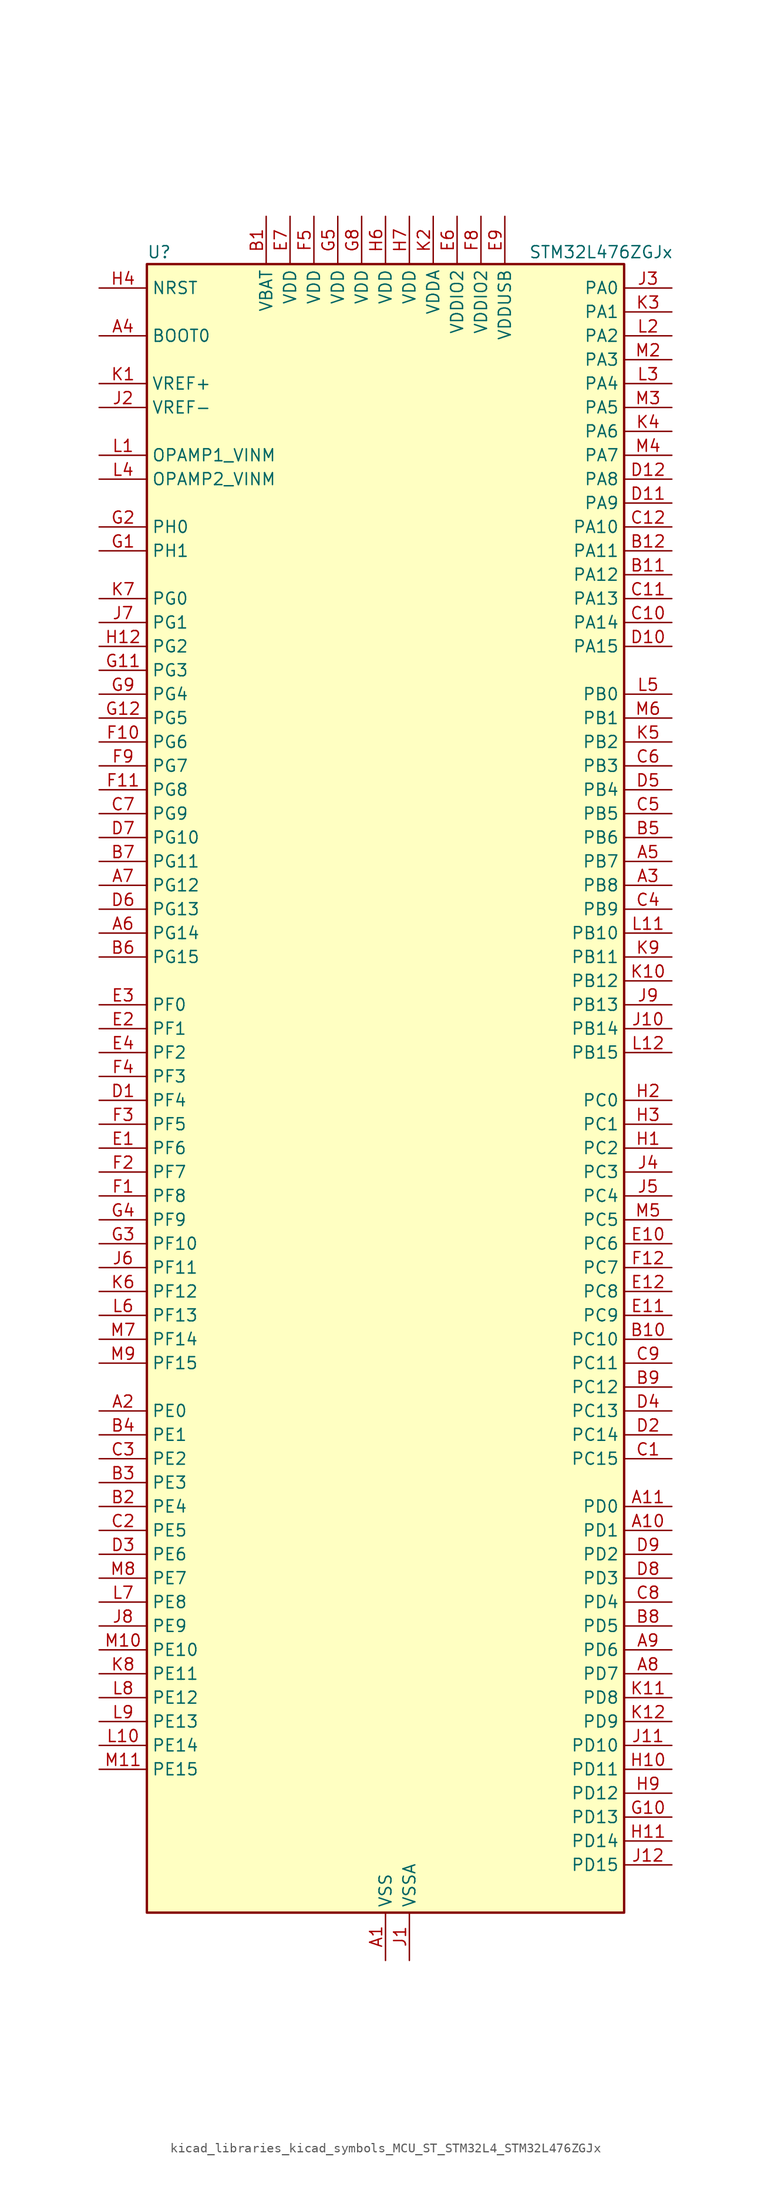
<source format=kicad_sym>
(kicad_symbol_lib
  (version 20220914)
  (generator kicad_symbol_editor)
  (symbol "kicad_libraries_kicad_symbols_MCU_ST_STM32L4_STM32L476ZGJx"
    (property "Reference" "U"
      (at -25.4 90.17 0)
      (effects (font (size 1.27 1.27)) (justify left)))
    (property "Value" "STM32L476ZGJx"
      (at 15.24 90.17 0)
      (effects (font (size 1.27 1.27)) (justify left)))
    (property "ki_locked" ""
      (at 0 0 0)
      (effects (font (size 1.27 1.27))))
    (symbol "kicad_libraries_kicad_symbols_MCU_ST_STM32L4_STM32L476ZGJx_0_1"
      (rectangle (start -25.4 -86.36) (end 25.4 88.9) (stroke (width 0.254) (type default)) (fill (type background))))
    (symbol "kicad_libraries_kicad_symbols_MCU_ST_STM32L4_STM32L476ZGJx_1_1"
      (pin power_in line (at 0 -91.44 90) (length 5.08) (name "VSS" (effects (font (size 1.27 1.27)))) (number "A1" (effects (font (size 1.27 1.27)))))
      (pin bidirectional line (at 30.48 -45.72 180) (length 5.08) (name "PD1" (effects (font (size 1.27 1.27)))) (number "A10" (effects (font (size 1.27 1.27)))) (alternate "CAN1_TX" bidirectional line) (alternate "DFSDM1_CKIN7" bidirectional line) (alternate "FMC_D3" bidirectional line) (alternate "FMC_DA3" bidirectional line) (alternate "SPI2_SCK" bidirectional line))
      (pin bidirectional line (at 30.48 -43.18 180) (length 5.08) (name "PD0" (effects (font (size 1.27 1.27)))) (number "A11" (effects (font (size 1.27 1.27)))) (alternate "CAN1_RX" bidirectional line) (alternate "DFSDM1_DATIN7" bidirectional line) (alternate "FMC_D2" bidirectional line) (alternate "FMC_DA2" bidirectional line) (alternate "SPI2_NSS" bidirectional line))
      (pin passive line (at 0 -91.44 90) (length 5.08) hide (name "VSS" (effects (font (size 1.27 1.27)))) (number "A12" (effects (font (size 1.27 1.27)))))
      (pin bidirectional line (at -30.48 -33.02 0) (length 5.08) (name "PE0" (effects (font (size 1.27 1.27)))) (number "A2" (effects (font (size 1.27 1.27)))) (alternate "FMC_NBL0" bidirectional line) (alternate "LCD_SEG36" bidirectional line) (alternate "TIM16_CH1" bidirectional line) (alternate "TIM4_ETR" bidirectional line))
      (pin bidirectional line (at 30.48 22.86 180) (length 5.08) (name "PB8" (effects (font (size 1.27 1.27)))) (number "A3" (effects (font (size 1.27 1.27)))) (alternate "CAN1_RX" bidirectional line) (alternate "DFSDM1_DATIN6" bidirectional line) (alternate "I2C1_SCL" bidirectional line) (alternate "LCD_SEG16" bidirectional line) (alternate "SAI1_MCLK_A" bidirectional line) (alternate "SDMMC1_D4" bidirectional line) (alternate "TIM16_CH1" bidirectional line) (alternate "TIM4_CH3" bidirectional line))
      (pin input line (at -30.48 81.28 0) (length 5.08) (name "BOOT0" (effects (font (size 1.27 1.27)))) (number "A4" (effects (font (size 1.27 1.27)))))
      (pin bidirectional line (at 30.48 25.4 180) (length 5.08) (name "PB7" (effects (font (size 1.27 1.27)))) (number "A5" (effects (font (size 1.27 1.27)))) (alternate "COMP2_INM" bidirectional line) (alternate "DFSDM1_CKIN5" bidirectional line) (alternate "FMC_NL" bidirectional line) (alternate "I2C1_SDA" bidirectional line) (alternate "LCD_SEG21" bidirectional line) (alternate "LPTIM1_IN2" bidirectional line) (alternate "SYS_PVD_IN" bidirectional line) (alternate "TIM17_CH1N" bidirectional line) (alternate "TIM4_CH2" bidirectional line) (alternate "TIM8_BKIN" bidirectional line) (alternate "TIM8_BKIN_COMP1" bidirectional line) (alternate "TSC_G2_IO4" bidirectional line) (alternate "UART4_CTS" bidirectional line) (alternate "USART1_RX" bidirectional line))
      (pin bidirectional line (at -30.48 17.78 0) (length 5.08) (name "PG14" (effects (font (size 1.27 1.27)))) (number "A6" (effects (font (size 1.27 1.27)))) (alternate "FMC_A25" bidirectional line) (alternate "I2C1_SCL" bidirectional line))
      (pin bidirectional line (at -30.48 22.86 0) (length 5.08) (name "PG12" (effects (font (size 1.27 1.27)))) (number "A7" (effects (font (size 1.27 1.27)))) (alternate "FMC_NE4" bidirectional line) (alternate "LPTIM1_ETR" bidirectional line) (alternate "SAI2_SD_A" bidirectional line) (alternate "SPI3_NSS" bidirectional line) (alternate "USART1_DE" bidirectional line) (alternate "USART1_RTS" bidirectional line))
      (pin bidirectional line (at 30.48 -60.96 180) (length 5.08) (name "PD7" (effects (font (size 1.27 1.27)))) (number "A8" (effects (font (size 1.27 1.27)))) (alternate "DFSDM1_CKIN1" bidirectional line) (alternate "FMC_NE1" bidirectional line) (alternate "USART2_CK" bidirectional line))
      (pin bidirectional line (at 30.48 -58.42 180) (length 5.08) (name "PD6" (effects (font (size 1.27 1.27)))) (number "A9" (effects (font (size 1.27 1.27)))) (alternate "DFSDM1_DATIN1" bidirectional line) (alternate "FMC_NWAIT" bidirectional line) (alternate "SAI1_SD_A" bidirectional line) (alternate "USART2_RX" bidirectional line))
      (pin power_in line (at -12.7 93.98 270) (length 5.08) (name "VBAT" (effects (font (size 1.27 1.27)))) (number "B1" (effects (font (size 1.27 1.27)))))
      (pin bidirectional line (at 30.48 -25.4 180) (length 5.08) (name "PC10" (effects (font (size 1.27 1.27)))) (number "B10" (effects (font (size 1.27 1.27)))) (alternate "LCD_COM4" bidirectional line) (alternate "LCD_SEG28" bidirectional line) (alternate "LCD_SEG40" bidirectional line) (alternate "SAI2_SCK_B" bidirectional line) (alternate "SDMMC1_D2" bidirectional line) (alternate "SPI3_SCK" bidirectional line) (alternate "TSC_G3_IO2" bidirectional line) (alternate "UART4_TX" bidirectional line) (alternate "USART3_TX" bidirectional line))
      (pin bidirectional line (at 30.48 55.88 180) (length 5.08) (name "PA12" (effects (font (size 1.27 1.27)))) (number "B11" (effects (font (size 1.27 1.27)))) (alternate "CAN1_TX" bidirectional line) (alternate "TIM1_ETR" bidirectional line) (alternate "USART1_DE" bidirectional line) (alternate "USART1_RTS" bidirectional line) (alternate "USB_OTG_FS_DP" bidirectional line))
      (pin bidirectional line (at 30.48 58.42 180) (length 5.08) (name "PA11" (effects (font (size 1.27 1.27)))) (number "B12" (effects (font (size 1.27 1.27)))) (alternate "ADC1_EXTI11" bidirectional line) (alternate "ADC2_EXTI11" bidirectional line) (alternate "ADC3_EXTI11" bidirectional line) (alternate "CAN1_RX" bidirectional line) (alternate "TIM1_BKIN2" bidirectional line) (alternate "TIM1_BKIN2_COMP1" bidirectional line) (alternate "TIM1_CH4" bidirectional line) (alternate "USART1_CTS" bidirectional line) (alternate "USB_OTG_FS_DM" bidirectional line))
      (pin bidirectional line (at -30.48 -43.18 0) (length 5.08) (name "PE4" (effects (font (size 1.27 1.27)))) (number "B2" (effects (font (size 1.27 1.27)))) (alternate "DFSDM1_DATIN3" bidirectional line) (alternate "FMC_A20" bidirectional line) (alternate "SAI1_FS_A" bidirectional line) (alternate "SYS_TRACED1" bidirectional line) (alternate "TIM3_CH2" bidirectional line) (alternate "TSC_G7_IO3" bidirectional line))
      (pin bidirectional line (at -30.48 -40.64 0) (length 5.08) (name "PE3" (effects (font (size 1.27 1.27)))) (number "B3" (effects (font (size 1.27 1.27)))) (alternate "FMC_A19" bidirectional line) (alternate "LCD_SEG39" bidirectional line) (alternate "SAI1_SD_B" bidirectional line) (alternate "SYS_TRACED0" bidirectional line) (alternate "TIM3_CH1" bidirectional line) (alternate "TSC_G7_IO2" bidirectional line))
      (pin bidirectional line (at -30.48 -35.56 0) (length 5.08) (name "PE1" (effects (font (size 1.27 1.27)))) (number "B4" (effects (font (size 1.27 1.27)))) (alternate "FMC_NBL1" bidirectional line) (alternate "LCD_SEG37" bidirectional line) (alternate "TIM17_CH1" bidirectional line))
      (pin bidirectional line (at 30.48 27.94 180) (length 5.08) (name "PB6" (effects (font (size 1.27 1.27)))) (number "B5" (effects (font (size 1.27 1.27)))) (alternate "COMP2_INP" bidirectional line) (alternate "DFSDM1_DATIN5" bidirectional line) (alternate "I2C1_SCL" bidirectional line) (alternate "LPTIM1_ETR" bidirectional line) (alternate "SAI1_FS_B" bidirectional line) (alternate "TIM16_CH1N" bidirectional line) (alternate "TIM4_CH1" bidirectional line) (alternate "TIM8_BKIN2" bidirectional line) (alternate "TIM8_BKIN2_COMP2" bidirectional line) (alternate "TSC_G2_IO3" bidirectional line) (alternate "USART1_TX" bidirectional line))
      (pin bidirectional line (at -30.48 15.24 0) (length 5.08) (name "PG15" (effects (font (size 1.27 1.27)))) (number "B6" (effects (font (size 1.27 1.27)))) (alternate "ADC1_EXTI15" bidirectional line) (alternate "ADC2_EXTI15" bidirectional line) (alternate "ADC3_EXTI15" bidirectional line) (alternate "I2C1_SMBA" bidirectional line) (alternate "LPTIM1_OUT" bidirectional line))
      (pin bidirectional line (at -30.48 25.4 0) (length 5.08) (name "PG11" (effects (font (size 1.27 1.27)))) (number "B7" (effects (font (size 1.27 1.27)))) (alternate "ADC1_EXTI11" bidirectional line) (alternate "ADC2_EXTI11" bidirectional line) (alternate "ADC3_EXTI11" bidirectional line) (alternate "LPTIM1_IN2" bidirectional line) (alternate "SAI2_MCLK_A" bidirectional line) (alternate "SPI3_MOSI" bidirectional line) (alternate "TIM15_CH2" bidirectional line) (alternate "USART1_CTS" bidirectional line))
      (pin bidirectional line (at 30.48 -55.88 180) (length 5.08) (name "PD5" (effects (font (size 1.27 1.27)))) (number "B8" (effects (font (size 1.27 1.27)))) (alternate "FMC_NWE" bidirectional line) (alternate "USART2_TX" bidirectional line))
      (pin bidirectional line (at 30.48 -30.48 180) (length 5.08) (name "PC12" (effects (font (size 1.27 1.27)))) (number "B9" (effects (font (size 1.27 1.27)))) (alternate "LCD_COM6" bidirectional line) (alternate "LCD_SEG30" bidirectional line) (alternate "LCD_SEG42" bidirectional line) (alternate "SAI2_SD_B" bidirectional line) (alternate "SDMMC1_CK" bidirectional line) (alternate "SPI3_MOSI" bidirectional line) (alternate "TSC_G3_IO4" bidirectional line) (alternate "UART5_TX" bidirectional line) (alternate "USART3_CK" bidirectional line))
      (pin bidirectional line (at 30.48 -38.1 180) (length 5.08) (name "PC15" (effects (font (size 1.27 1.27)))) (number "C1" (effects (font (size 1.27 1.27)))) (alternate "ADC1_EXTI15" bidirectional line) (alternate "ADC2_EXTI15" bidirectional line) (alternate "ADC3_EXTI15" bidirectional line) (alternate "RCC_OSC32_OUT" bidirectional line))
      (pin bidirectional line (at 30.48 50.8 180) (length 5.08) (name "PA14" (effects (font (size 1.27 1.27)))) (number "C10" (effects (font (size 1.27 1.27)))) (alternate "SYS_JTCK-SWCLK" bidirectional line))
      (pin bidirectional line (at 30.48 53.34 180) (length 5.08) (name "PA13" (effects (font (size 1.27 1.27)))) (number "C11" (effects (font (size 1.27 1.27)))) (alternate "IR_OUT" bidirectional line) (alternate "SYS_JTMS-SWDIO" bidirectional line) (alternate "USB_OTG_FS_NOE" bidirectional line))
      (pin bidirectional line (at 30.48 60.96 180) (length 5.08) (name "PA10" (effects (font (size 1.27 1.27)))) (number "C12" (effects (font (size 1.27 1.27)))) (alternate "LCD_COM2" bidirectional line) (alternate "TIM17_BKIN" bidirectional line) (alternate "TIM1_CH3" bidirectional line) (alternate "USART1_RX" bidirectional line) (alternate "USB_OTG_FS_ID" bidirectional line))
      (pin bidirectional line (at -30.48 -45.72 0) (length 5.08) (name "PE5" (effects (font (size 1.27 1.27)))) (number "C2" (effects (font (size 1.27 1.27)))) (alternate "DFSDM1_CKIN3" bidirectional line) (alternate "FMC_A21" bidirectional line) (alternate "SAI1_SCK_A" bidirectional line) (alternate "SYS_TRACED2" bidirectional line) (alternate "TIM3_CH3" bidirectional line) (alternate "TSC_G7_IO4" bidirectional line))
      (pin bidirectional line (at -30.48 -38.1 0) (length 5.08) (name "PE2" (effects (font (size 1.27 1.27)))) (number "C3" (effects (font (size 1.27 1.27)))) (alternate "FMC_A23" bidirectional line) (alternate "LCD_SEG38" bidirectional line) (alternate "SAI1_MCLK_A" bidirectional line) (alternate "SYS_TRACECLK" bidirectional line) (alternate "TIM3_ETR" bidirectional line) (alternate "TSC_G7_IO1" bidirectional line))
      (pin bidirectional line (at 30.48 20.32 180) (length 5.08) (name "PB9" (effects (font (size 1.27 1.27)))) (number "C4" (effects (font (size 1.27 1.27)))) (alternate "CAN1_TX" bidirectional line) (alternate "DAC1_EXTI9" bidirectional line) (alternate "DFSDM1_CKIN6" bidirectional line) (alternate "I2C1_SDA" bidirectional line) (alternate "IR_OUT" bidirectional line) (alternate "LCD_COM3" bidirectional line) (alternate "SAI1_FS_A" bidirectional line) (alternate "SDMMC1_D5" bidirectional line) (alternate "SPI2_NSS" bidirectional line) (alternate "TIM17_CH1" bidirectional line) (alternate "TIM4_CH4" bidirectional line))
      (pin bidirectional line (at 30.48 30.48 180) (length 5.08) (name "PB5" (effects (font (size 1.27 1.27)))) (number "C5" (effects (font (size 1.27 1.27)))) (alternate "COMP2_OUT" bidirectional line) (alternate "I2C1_SMBA" bidirectional line) (alternate "LCD_SEG9" bidirectional line) (alternate "LPTIM1_IN1" bidirectional line) (alternate "SAI1_SD_B" bidirectional line) (alternate "SPI1_MOSI" bidirectional line) (alternate "SPI3_MOSI" bidirectional line) (alternate "TIM16_BKIN" bidirectional line) (alternate "TIM3_CH2" bidirectional line) (alternate "TSC_G2_IO2" bidirectional line) (alternate "UART5_CTS" bidirectional line) (alternate "USART1_CK" bidirectional line))
      (pin bidirectional line (at 30.48 35.56 180) (length 5.08) (name "PB3" (effects (font (size 1.27 1.27)))) (number "C6" (effects (font (size 1.27 1.27)))) (alternate "COMP2_INM" bidirectional line) (alternate "LCD_SEG7" bidirectional line) (alternate "SAI1_SCK_B" bidirectional line) (alternate "SPI1_SCK" bidirectional line) (alternate "SPI3_SCK" bidirectional line) (alternate "SYS_JTDO-SWO" bidirectional line) (alternate "TIM2_CH2" bidirectional line) (alternate "USART1_DE" bidirectional line) (alternate "USART1_RTS" bidirectional line))
      (pin bidirectional line (at -30.48 30.48 0) (length 5.08) (name "PG9" (effects (font (size 1.27 1.27)))) (number "C7" (effects (font (size 1.27 1.27)))) (alternate "DAC1_EXTI9" bidirectional line) (alternate "FMC_NCE3" bidirectional line) (alternate "FMC_NE2" bidirectional line) (alternate "SAI2_SCK_A" bidirectional line) (alternate "SPI3_SCK" bidirectional line) (alternate "TIM15_CH1N" bidirectional line) (alternate "USART1_TX" bidirectional line))
      (pin bidirectional line (at 30.48 -53.34 180) (length 5.08) (name "PD4" (effects (font (size 1.27 1.27)))) (number "C8" (effects (font (size 1.27 1.27)))) (alternate "DFSDM1_CKIN0" bidirectional line) (alternate "FMC_NOE" bidirectional line) (alternate "SPI2_MOSI" bidirectional line) (alternate "USART2_DE" bidirectional line) (alternate "USART2_RTS" bidirectional line))
      (pin bidirectional line (at 30.48 -27.94 180) (length 5.08) (name "PC11" (effects (font (size 1.27 1.27)))) (number "C9" (effects (font (size 1.27 1.27)))) (alternate "ADC1_EXTI11" bidirectional line) (alternate "ADC2_EXTI11" bidirectional line) (alternate "ADC3_EXTI11" bidirectional line) (alternate "LCD_COM5" bidirectional line) (alternate "LCD_SEG29" bidirectional line) (alternate "LCD_SEG41" bidirectional line) (alternate "SAI2_MCLK_B" bidirectional line) (alternate "SDMMC1_D3" bidirectional line) (alternate "SPI3_MISO" bidirectional line) (alternate "TSC_G3_IO3" bidirectional line) (alternate "UART4_RX" bidirectional line) (alternate "USART3_RX" bidirectional line))
      (pin bidirectional line (at -30.48 0 0) (length 5.08) (name "PF4" (effects (font (size 1.27 1.27)))) (number "D1" (effects (font (size 1.27 1.27)))) (alternate "ADC3_IN7" bidirectional line) (alternate "FMC_A4" bidirectional line))
      (pin bidirectional line (at 30.48 48.26 180) (length 5.08) (name "PA15" (effects (font (size 1.27 1.27)))) (number "D10" (effects (font (size 1.27 1.27)))) (alternate "ADC1_EXTI15" bidirectional line) (alternate "ADC2_EXTI15" bidirectional line) (alternate "ADC3_EXTI15" bidirectional line) (alternate "LCD_SEG17" bidirectional line) (alternate "SAI2_FS_B" bidirectional line) (alternate "SPI1_NSS" bidirectional line) (alternate "SPI3_NSS" bidirectional line) (alternate "SYS_JTDI" bidirectional line) (alternate "TIM2_CH1" bidirectional line) (alternate "TIM2_ETR" bidirectional line) (alternate "TSC_G3_IO1" bidirectional line) (alternate "UART4_DE" bidirectional line) (alternate "UART4_RTS" bidirectional line))
      (pin bidirectional line (at 30.48 63.5 180) (length 5.08) (name "PA9" (effects (font (size 1.27 1.27)))) (number "D11" (effects (font (size 1.27 1.27)))) (alternate "DAC1_EXTI9" bidirectional line) (alternate "LCD_COM1" bidirectional line) (alternate "TIM15_BKIN" bidirectional line) (alternate "TIM1_CH2" bidirectional line) (alternate "USART1_TX" bidirectional line) (alternate "USB_OTG_FS_VBUS" bidirectional line))
      (pin bidirectional line (at 30.48 66.04 180) (length 5.08) (name "PA8" (effects (font (size 1.27 1.27)))) (number "D12" (effects (font (size 1.27 1.27)))) (alternate "LCD_COM0" bidirectional line) (alternate "LPTIM2_OUT" bidirectional line) (alternate "RCC_MCO" bidirectional line) (alternate "TIM1_CH1" bidirectional line) (alternate "USART1_CK" bidirectional line) (alternate "USB_OTG_FS_SOF" bidirectional line))
      (pin bidirectional line (at 30.48 -35.56 180) (length 5.08) (name "PC14" (effects (font (size 1.27 1.27)))) (number "D2" (effects (font (size 1.27 1.27)))) (alternate "RCC_OSC32_IN" bidirectional line))
      (pin bidirectional line (at -30.48 -48.26 0) (length 5.08) (name "PE6" (effects (font (size 1.27 1.27)))) (number "D3" (effects (font (size 1.27 1.27)))) (alternate "FMC_A22" bidirectional line) (alternate "RTC_TAMP3" bidirectional line) (alternate "SAI1_SD_A" bidirectional line) (alternate "SYS_TRACED3" bidirectional line) (alternate "SYS_WKUP3" bidirectional line) (alternate "TIM3_CH4" bidirectional line))
      (pin bidirectional line (at 30.48 -33.02 180) (length 5.08) (name "PC13" (effects (font (size 1.27 1.27)))) (number "D4" (effects (font (size 1.27 1.27)))) (alternate "RTC_OUT_ALARM" bidirectional line) (alternate "RTC_OUT_CALIB" bidirectional line) (alternate "RTC_TAMP1" bidirectional line) (alternate "RTC_TS" bidirectional line) (alternate "SYS_WKUP2" bidirectional line))
      (pin bidirectional line (at 30.48 33.02 180) (length 5.08) (name "PB4" (effects (font (size 1.27 1.27)))) (number "D5" (effects (font (size 1.27 1.27)))) (alternate "COMP2_INP" bidirectional line) (alternate "LCD_SEG8" bidirectional line) (alternate "SAI1_MCLK_B" bidirectional line) (alternate "SPI1_MISO" bidirectional line) (alternate "SPI3_MISO" bidirectional line) (alternate "SYS_JTRST" bidirectional line) (alternate "TIM17_BKIN" bidirectional line) (alternate "TIM3_CH1" bidirectional line) (alternate "TSC_G2_IO1" bidirectional line) (alternate "UART5_DE" bidirectional line) (alternate "UART5_RTS" bidirectional line) (alternate "USART1_CTS" bidirectional line))
      (pin bidirectional line (at -30.48 20.32 0) (length 5.08) (name "PG13" (effects (font (size 1.27 1.27)))) (number "D6" (effects (font (size 1.27 1.27)))) (alternate "FMC_A24" bidirectional line) (alternate "I2C1_SDA" bidirectional line) (alternate "USART1_CK" bidirectional line))
      (pin bidirectional line (at -30.48 27.94 0) (length 5.08) (name "PG10" (effects (font (size 1.27 1.27)))) (number "D7" (effects (font (size 1.27 1.27)))) (alternate "FMC_NE3" bidirectional line) (alternate "LPTIM1_IN1" bidirectional line) (alternate "SAI2_FS_A" bidirectional line) (alternate "SPI3_MISO" bidirectional line) (alternate "TIM15_CH1" bidirectional line) (alternate "USART1_RX" bidirectional line))
      (pin bidirectional line (at 30.48 -50.8 180) (length 5.08) (name "PD3" (effects (font (size 1.27 1.27)))) (number "D8" (effects (font (size 1.27 1.27)))) (alternate "DFSDM1_DATIN0" bidirectional line) (alternate "FMC_CLK" bidirectional line) (alternate "SPI2_MISO" bidirectional line) (alternate "USART2_CTS" bidirectional line))
      (pin bidirectional line (at 30.48 -48.26 180) (length 5.08) (name "PD2" (effects (font (size 1.27 1.27)))) (number "D9" (effects (font (size 1.27 1.27)))) (alternate "LCD_COM7" bidirectional line) (alternate "LCD_SEG31" bidirectional line) (alternate "LCD_SEG43" bidirectional line) (alternate "SDMMC1_CMD" bidirectional line) (alternate "TIM3_ETR" bidirectional line) (alternate "TSC_SYNC" bidirectional line) (alternate "UART5_RX" bidirectional line) (alternate "USART3_DE" bidirectional line) (alternate "USART3_RTS" bidirectional line))
      (pin bidirectional line (at -30.48 -5.08 0) (length 5.08) (name "PF6" (effects (font (size 1.27 1.27)))) (number "E1" (effects (font (size 1.27 1.27)))) (alternate "ADC3_IN9" bidirectional line) (alternate "SAI1_SD_B" bidirectional line) (alternate "TIM5_CH1" bidirectional line) (alternate "TIM5_ETR" bidirectional line))
      (pin bidirectional line (at 30.48 -15.24 180) (length 5.08) (name "PC6" (effects (font (size 1.27 1.27)))) (number "E10" (effects (font (size 1.27 1.27)))) (alternate "DFSDM1_CKIN3" bidirectional line) (alternate "LCD_SEG24" bidirectional line) (alternate "SAI2_MCLK_A" bidirectional line) (alternate "SDMMC1_D6" bidirectional line) (alternate "TIM3_CH1" bidirectional line) (alternate "TIM8_CH1" bidirectional line) (alternate "TSC_G4_IO1" bidirectional line))
      (pin bidirectional line (at 30.48 -22.86 180) (length 5.08) (name "PC9" (effects (font (size 1.27 1.27)))) (number "E11" (effects (font (size 1.27 1.27)))) (alternate "DAC1_EXTI9" bidirectional line) (alternate "LCD_SEG27" bidirectional line) (alternate "SAI2_EXTCLK" bidirectional line) (alternate "SDMMC1_D1" bidirectional line) (alternate "TIM3_CH4" bidirectional line) (alternate "TIM8_BKIN2" bidirectional line) (alternate "TIM8_BKIN2_COMP1" bidirectional line) (alternate "TIM8_CH4" bidirectional line) (alternate "TSC_G4_IO4" bidirectional line) (alternate "USB_OTG_FS_NOE" bidirectional line))
      (pin bidirectional line (at 30.48 -20.32 180) (length 5.08) (name "PC8" (effects (font (size 1.27 1.27)))) (number "E12" (effects (font (size 1.27 1.27)))) (alternate "LCD_SEG26" bidirectional line) (alternate "SDMMC1_D0" bidirectional line) (alternate "TIM3_CH3" bidirectional line) (alternate "TIM8_CH3" bidirectional line) (alternate "TSC_G4_IO3" bidirectional line))
      (pin bidirectional line (at -30.48 7.62 0) (length 5.08) (name "PF1" (effects (font (size 1.27 1.27)))) (number "E2" (effects (font (size 1.27 1.27)))) (alternate "FMC_A1" bidirectional line) (alternate "I2C2_SCL" bidirectional line))
      (pin bidirectional line (at -30.48 10.16 0) (length 5.08) (name "PF0" (effects (font (size 1.27 1.27)))) (number "E3" (effects (font (size 1.27 1.27)))) (alternate "FMC_A0" bidirectional line) (alternate "I2C2_SDA" bidirectional line))
      (pin bidirectional line (at -30.48 5.08 0) (length 5.08) (name "PF2" (effects (font (size 1.27 1.27)))) (number "E4" (effects (font (size 1.27 1.27)))) (alternate "FMC_A2" bidirectional line) (alternate "I2C2_SMBA" bidirectional line))
      (pin passive line (at 0 -91.44 90) (length 5.08) hide (name "VSS" (effects (font (size 1.27 1.27)))) (number "E5" (effects (font (size 1.27 1.27)))))
      (pin power_in line (at 7.62 93.98 270) (length 5.08) (name "VDDIO2" (effects (font (size 1.27 1.27)))) (number "E6" (effects (font (size 1.27 1.27)))))
      (pin power_in line (at -10.16 93.98 270) (length 5.08) (name "VDD" (effects (font (size 1.27 1.27)))) (number "E7" (effects (font (size 1.27 1.27)))))
      (pin passive line (at 0 -91.44 90) (length 5.08) hide (name "VSS" (effects (font (size 1.27 1.27)))) (number "E8" (effects (font (size 1.27 1.27)))))
      (pin power_in line (at 12.7 93.98 270) (length 5.08) (name "VDDUSB" (effects (font (size 1.27 1.27)))) (number "E9" (effects (font (size 1.27 1.27)))))
      (pin bidirectional line (at -30.48 -10.16 0) (length 5.08) (name "PF8" (effects (font (size 1.27 1.27)))) (number "F1" (effects (font (size 1.27 1.27)))) (alternate "ADC3_IN11" bidirectional line) (alternate "SAI1_SCK_B" bidirectional line) (alternate "TIM5_CH3" bidirectional line))
      (pin bidirectional line (at -30.48 38.1 0) (length 5.08) (name "PG6" (effects (font (size 1.27 1.27)))) (number "F10" (effects (font (size 1.27 1.27)))) (alternate "I2C3_SMBA" bidirectional line) (alternate "LPUART1_DE" bidirectional line) (alternate "LPUART1_RTS" bidirectional line))
      (pin bidirectional line (at -30.48 33.02 0) (length 5.08) (name "PG8" (effects (font (size 1.27 1.27)))) (number "F11" (effects (font (size 1.27 1.27)))) (alternate "I2C3_SDA" bidirectional line) (alternate "LPUART1_RX" bidirectional line))
      (pin bidirectional line (at 30.48 -17.78 180) (length 5.08) (name "PC7" (effects (font (size 1.27 1.27)))) (number "F12" (effects (font (size 1.27 1.27)))) (alternate "DFSDM1_DATIN3" bidirectional line) (alternate "LCD_SEG25" bidirectional line) (alternate "SAI2_MCLK_B" bidirectional line) (alternate "SDMMC1_D7" bidirectional line) (alternate "TIM3_CH2" bidirectional line) (alternate "TIM8_CH2" bidirectional line) (alternate "TSC_G4_IO2" bidirectional line))
      (pin bidirectional line (at -30.48 -7.62 0) (length 5.08) (name "PF7" (effects (font (size 1.27 1.27)))) (number "F2" (effects (font (size 1.27 1.27)))) (alternate "ADC3_IN10" bidirectional line) (alternate "SAI1_MCLK_B" bidirectional line) (alternate "TIM5_CH2" bidirectional line))
      (pin bidirectional line (at -30.48 -2.54 0) (length 5.08) (name "PF5" (effects (font (size 1.27 1.27)))) (number "F3" (effects (font (size 1.27 1.27)))) (alternate "ADC3_IN8" bidirectional line) (alternate "FMC_A5" bidirectional line))
      (pin bidirectional line (at -30.48 2.54 0) (length 5.08) (name "PF3" (effects (font (size 1.27 1.27)))) (number "F4" (effects (font (size 1.27 1.27)))) (alternate "ADC3_IN6" bidirectional line) (alternate "FMC_A3" bidirectional line))
      (pin power_in line (at -7.62 93.98 270) (length 5.08) (name "VDD" (effects (font (size 1.27 1.27)))) (number "F5" (effects (font (size 1.27 1.27)))))
      (pin passive line (at 0 -91.44 90) (length 5.08) hide (name "VSS" (effects (font (size 1.27 1.27)))) (number "F6" (effects (font (size 1.27 1.27)))))
      (pin passive line (at 0 -91.44 90) (length 5.08) hide (name "VSS" (effects (font (size 1.27 1.27)))) (number "F7" (effects (font (size 1.27 1.27)))))
      (pin power_in line (at 10.16 93.98 270) (length 5.08) (name "VDDIO2" (effects (font (size 1.27 1.27)))) (number "F8" (effects (font (size 1.27 1.27)))))
      (pin bidirectional line (at -30.48 35.56 0) (length 5.08) (name "PG7" (effects (font (size 1.27 1.27)))) (number "F9" (effects (font (size 1.27 1.27)))) (alternate "FMC_INT3" bidirectional line) (alternate "I2C3_SCL" bidirectional line) (alternate "LPUART1_TX" bidirectional line))
      (pin bidirectional line (at -30.48 58.42 0) (length 5.08) (name "PH1" (effects (font (size 1.27 1.27)))) (number "G1" (effects (font (size 1.27 1.27)))) (alternate "RCC_OSC_OUT" bidirectional line))
      (pin bidirectional line (at 30.48 -76.2 180) (length 5.08) (name "PD13" (effects (font (size 1.27 1.27)))) (number "G10" (effects (font (size 1.27 1.27)))) (alternate "FMC_A18" bidirectional line) (alternate "LCD_SEG33" bidirectional line) (alternate "LPTIM2_OUT" bidirectional line) (alternate "TIM4_CH2" bidirectional line) (alternate "TSC_G6_IO4" bidirectional line))
      (pin bidirectional line (at -30.48 45.72 0) (length 5.08) (name "PG3" (effects (font (size 1.27 1.27)))) (number "G11" (effects (font (size 1.27 1.27)))) (alternate "FMC_A13" bidirectional line) (alternate "SAI2_FS_B" bidirectional line) (alternate "SPI1_MISO" bidirectional line))
      (pin bidirectional line (at -30.48 40.64 0) (length 5.08) (name "PG5" (effects (font (size 1.27 1.27)))) (number "G12" (effects (font (size 1.27 1.27)))) (alternate "FMC_A15" bidirectional line) (alternate "LPUART1_CTS" bidirectional line) (alternate "SAI2_SD_B" bidirectional line) (alternate "SPI1_NSS" bidirectional line))
      (pin bidirectional line (at -30.48 60.96 0) (length 5.08) (name "PH0" (effects (font (size 1.27 1.27)))) (number "G2" (effects (font (size 1.27 1.27)))) (alternate "RCC_OSC_IN" bidirectional line))
      (pin bidirectional line (at -30.48 -15.24 0) (length 5.08) (name "PF10" (effects (font (size 1.27 1.27)))) (number "G3" (effects (font (size 1.27 1.27)))) (alternate "ADC3_IN13" bidirectional line) (alternate "TIM15_CH2" bidirectional line))
      (pin bidirectional line (at -30.48 -12.7 0) (length 5.08) (name "PF9" (effects (font (size 1.27 1.27)))) (number "G4" (effects (font (size 1.27 1.27)))) (alternate "ADC3_IN12" bidirectional line) (alternate "DAC1_EXTI9" bidirectional line) (alternate "SAI1_FS_B" bidirectional line) (alternate "TIM15_CH1" bidirectional line) (alternate "TIM5_CH4" bidirectional line))
      (pin power_in line (at -5.08 93.98 270) (length 5.08) (name "VDD" (effects (font (size 1.27 1.27)))) (number "G5" (effects (font (size 1.27 1.27)))))
      (pin passive line (at 0 -91.44 90) (length 5.08) hide (name "VSS" (effects (font (size 1.27 1.27)))) (number "G6" (effects (font (size 1.27 1.27)))))
      (pin passive line (at 0 -91.44 90) (length 5.08) hide (name "VSS" (effects (font (size 1.27 1.27)))) (number "G7" (effects (font (size 1.27 1.27)))))
      (pin power_in line (at -2.54 93.98 270) (length 5.08) (name "VDD" (effects (font (size 1.27 1.27)))) (number "G8" (effects (font (size 1.27 1.27)))))
      (pin bidirectional line (at -30.48 43.18 0) (length 5.08) (name "PG4" (effects (font (size 1.27 1.27)))) (number "G9" (effects (font (size 1.27 1.27)))) (alternate "FMC_A14" bidirectional line) (alternate "SAI2_MCLK_B" bidirectional line) (alternate "SPI1_MOSI" bidirectional line))
      (pin bidirectional line (at 30.48 -5.08 180) (length 5.08) (name "PC2" (effects (font (size 1.27 1.27)))) (number "H1" (effects (font (size 1.27 1.27)))) (alternate "ADC1_IN3" bidirectional line) (alternate "ADC2_IN3" bidirectional line) (alternate "ADC3_IN3" bidirectional line) (alternate "DFSDM1_CKOUT" bidirectional line) (alternate "LCD_SEG20" bidirectional line) (alternate "LPTIM1_IN2" bidirectional line) (alternate "SPI2_MISO" bidirectional line))
      (pin bidirectional line (at 30.48 -71.12 180) (length 5.08) (name "PD11" (effects (font (size 1.27 1.27)))) (number "H10" (effects (font (size 1.27 1.27)))) (alternate "ADC1_EXTI11" bidirectional line) (alternate "ADC2_EXTI11" bidirectional line) (alternate "ADC3_EXTI11" bidirectional line) (alternate "FMC_A16" bidirectional line) (alternate "FMC_CLE" bidirectional line) (alternate "LCD_SEG31" bidirectional line) (alternate "LPTIM2_ETR" bidirectional line) (alternate "SAI2_SD_A" bidirectional line) (alternate "TSC_G6_IO2" bidirectional line) (alternate "USART3_CTS" bidirectional line))
      (pin bidirectional line (at 30.48 -78.74 180) (length 5.08) (name "PD14" (effects (font (size 1.27 1.27)))) (number "H11" (effects (font (size 1.27 1.27)))) (alternate "FMC_D0" bidirectional line) (alternate "FMC_DA0" bidirectional line) (alternate "LCD_SEG34" bidirectional line) (alternate "TIM4_CH3" bidirectional line))
      (pin bidirectional line (at -30.48 48.26 0) (length 5.08) (name "PG2" (effects (font (size 1.27 1.27)))) (number "H12" (effects (font (size 1.27 1.27)))) (alternate "FMC_A12" bidirectional line) (alternate "SAI2_SCK_B" bidirectional line) (alternate "SPI1_SCK" bidirectional line))
      (pin bidirectional line (at 30.48 0 180) (length 5.08) (name "PC0" (effects (font (size 1.27 1.27)))) (number "H2" (effects (font (size 1.27 1.27)))) (alternate "ADC1_IN1" bidirectional line) (alternate "ADC2_IN1" bidirectional line) (alternate "ADC3_IN1" bidirectional line) (alternate "DFSDM1_DATIN4" bidirectional line) (alternate "I2C3_SCL" bidirectional line) (alternate "LCD_SEG18" bidirectional line) (alternate "LPTIM1_IN1" bidirectional line) (alternate "LPTIM2_IN1" bidirectional line) (alternate "LPUART1_RX" bidirectional line))
      (pin bidirectional line (at 30.48 -2.54 180) (length 5.08) (name "PC1" (effects (font (size 1.27 1.27)))) (number "H3" (effects (font (size 1.27 1.27)))) (alternate "ADC1_IN2" bidirectional line) (alternate "ADC2_IN2" bidirectional line) (alternate "ADC3_IN2" bidirectional line) (alternate "DFSDM1_CKIN4" bidirectional line) (alternate "I2C3_SDA" bidirectional line) (alternate "LCD_SEG19" bidirectional line) (alternate "LPTIM1_OUT" bidirectional line) (alternate "LPUART1_TX" bidirectional line))
      (pin input line (at -30.48 86.36 0) (length 5.08) (name "NRST" (effects (font (size 1.27 1.27)))) (number "H4" (effects (font (size 1.27 1.27)))))
      (pin passive line (at 0 -91.44 90) (length 5.08) hide (name "VSS" (effects (font (size 1.27 1.27)))) (number "H5" (effects (font (size 1.27 1.27)))))
      (pin power_in line (at 0 93.98 270) (length 5.08) (name "VDD" (effects (font (size 1.27 1.27)))) (number "H6" (effects (font (size 1.27 1.27)))))
      (pin power_in line (at 2.54 93.98 270) (length 5.08) (name "VDD" (effects (font (size 1.27 1.27)))) (number "H7" (effects (font (size 1.27 1.27)))))
      (pin passive line (at 0 -91.44 90) (length 5.08) hide (name "VSS" (effects (font (size 1.27 1.27)))) (number "H8" (effects (font (size 1.27 1.27)))))
      (pin bidirectional line (at 30.48 -73.66 180) (length 5.08) (name "PD12" (effects (font (size 1.27 1.27)))) (number "H9" (effects (font (size 1.27 1.27)))) (alternate "FMC_A17" bidirectional line) (alternate "FMC_ALE" bidirectional line) (alternate "LCD_SEG32" bidirectional line) (alternate "LPTIM2_IN1" bidirectional line) (alternate "SAI2_FS_A" bidirectional line) (alternate "TIM4_CH1" bidirectional line) (alternate "TSC_G6_IO3" bidirectional line) (alternate "USART3_DE" bidirectional line) (alternate "USART3_RTS" bidirectional line))
      (pin power_in line (at 2.54 -91.44 90) (length 5.08) (name "VSSA" (effects (font (size 1.27 1.27)))) (number "J1" (effects (font (size 1.27 1.27)))))
      (pin bidirectional line (at 30.48 7.62 180) (length 5.08) (name "PB14" (effects (font (size 1.27 1.27)))) (number "J10" (effects (font (size 1.27 1.27)))) (alternate "DFSDM1_DATIN2" bidirectional line) (alternate "I2C2_SDA" bidirectional line) (alternate "LCD_SEG14" bidirectional line) (alternate "SAI2_MCLK_A" bidirectional line) (alternate "SPI2_MISO" bidirectional line) (alternate "SWPMI1_RX" bidirectional line) (alternate "TIM15_CH1" bidirectional line) (alternate "TIM1_CH2N" bidirectional line) (alternate "TIM8_CH2N" bidirectional line) (alternate "TSC_G1_IO3" bidirectional line) (alternate "USART3_DE" bidirectional line) (alternate "USART3_RTS" bidirectional line))
      (pin bidirectional line (at 30.48 -68.58 180) (length 5.08) (name "PD10" (effects (font (size 1.27 1.27)))) (number "J11" (effects (font (size 1.27 1.27)))) (alternate "FMC_D15" bidirectional line) (alternate "FMC_DA15" bidirectional line) (alternate "LCD_SEG30" bidirectional line) (alternate "SAI2_SCK_A" bidirectional line) (alternate "TSC_G6_IO1" bidirectional line) (alternate "USART3_CK" bidirectional line))
      (pin bidirectional line (at 30.48 -81.28 180) (length 5.08) (name "PD15" (effects (font (size 1.27 1.27)))) (number "J12" (effects (font (size 1.27 1.27)))) (alternate "ADC1_EXTI15" bidirectional line) (alternate "ADC2_EXTI15" bidirectional line) (alternate "ADC3_EXTI15" bidirectional line) (alternate "FMC_D1" bidirectional line) (alternate "FMC_DA1" bidirectional line) (alternate "LCD_SEG35" bidirectional line) (alternate "TIM4_CH4" bidirectional line))
      (pin input line (at -30.48 73.66 0) (length 5.08) (name "VREF-" (effects (font (size 1.27 1.27)))) (number "J2" (effects (font (size 1.27 1.27)))))
      (pin bidirectional line (at 30.48 86.36 180) (length 5.08) (name "PA0" (effects (font (size 1.27 1.27)))) (number "J3" (effects (font (size 1.27 1.27)))) (alternate "ADC1_IN5" bidirectional line) (alternate "ADC2_IN5" bidirectional line) (alternate "OPAMP1_VINP" bidirectional line) (alternate "RTC_TAMP2" bidirectional line) (alternate "SAI1_EXTCLK" bidirectional line) (alternate "SYS_WKUP1" bidirectional line) (alternate "TIM2_CH1" bidirectional line) (alternate "TIM2_ETR" bidirectional line) (alternate "TIM5_CH1" bidirectional line) (alternate "TIM8_ETR" bidirectional line) (alternate "UART4_TX" bidirectional line) (alternate "USART2_CTS" bidirectional line))
      (pin bidirectional line (at 30.48 -7.62 180) (length 5.08) (name "PC3" (effects (font (size 1.27 1.27)))) (number "J4" (effects (font (size 1.27 1.27)))) (alternate "ADC1_IN4" bidirectional line) (alternate "ADC2_IN4" bidirectional line) (alternate "ADC3_IN4" bidirectional line) (alternate "LCD_VLCD" bidirectional line) (alternate "LPTIM1_ETR" bidirectional line) (alternate "LPTIM2_ETR" bidirectional line) (alternate "SAI1_SD_A" bidirectional line) (alternate "SPI2_MOSI" bidirectional line))
      (pin bidirectional line (at 30.48 -10.16 180) (length 5.08) (name "PC4" (effects (font (size 1.27 1.27)))) (number "J5" (effects (font (size 1.27 1.27)))) (alternate "ADC1_IN13" bidirectional line) (alternate "ADC2_IN13" bidirectional line) (alternate "COMP1_INM" bidirectional line) (alternate "LCD_SEG22" bidirectional line) (alternate "USART3_TX" bidirectional line))
      (pin bidirectional line (at -30.48 -17.78 0) (length 5.08) (name "PF11" (effects (font (size 1.27 1.27)))) (number "J6" (effects (font (size 1.27 1.27)))) (alternate "ADC1_EXTI11" bidirectional line) (alternate "ADC2_EXTI11" bidirectional line) (alternate "ADC3_EXTI11" bidirectional line))
      (pin bidirectional line (at -30.48 50.8 0) (length 5.08) (name "PG1" (effects (font (size 1.27 1.27)))) (number "J7" (effects (font (size 1.27 1.27)))) (alternate "FMC_A11" bidirectional line) (alternate "TSC_G8_IO4" bidirectional line))
      (pin bidirectional line (at -30.48 -55.88 0) (length 5.08) (name "PE9" (effects (font (size 1.27 1.27)))) (number "J8" (effects (font (size 1.27 1.27)))) (alternate "DAC1_EXTI9" bidirectional line) (alternate "DFSDM1_CKOUT" bidirectional line) (alternate "FMC_D6" bidirectional line) (alternate "FMC_DA6" bidirectional line) (alternate "SAI1_FS_B" bidirectional line) (alternate "TIM1_CH1" bidirectional line))
      (pin bidirectional line (at 30.48 10.16 180) (length 5.08) (name "PB13" (effects (font (size 1.27 1.27)))) (number "J9" (effects (font (size 1.27 1.27)))) (alternate "DFSDM1_CKIN1" bidirectional line) (alternate "I2C2_SCL" bidirectional line) (alternate "LCD_SEG13" bidirectional line) (alternate "LPUART1_CTS" bidirectional line) (alternate "SAI2_SCK_A" bidirectional line) (alternate "SPI2_SCK" bidirectional line) (alternate "SWPMI1_TX" bidirectional line) (alternate "TIM15_CH1N" bidirectional line) (alternate "TIM1_CH1N" bidirectional line) (alternate "TSC_G1_IO2" bidirectional line) (alternate "USART3_CTS" bidirectional line))
      (pin input line (at -30.48 76.2 0) (length 5.08) (name "VREF+" (effects (font (size 1.27 1.27)))) (number "K1" (effects (font (size 1.27 1.27)))) (alternate "VREFBUF_OUT" bidirectional line))
      (pin bidirectional line (at 30.48 12.7 180) (length 5.08) (name "PB12" (effects (font (size 1.27 1.27)))) (number "K10" (effects (font (size 1.27 1.27)))) (alternate "DFSDM1_DATIN1" bidirectional line) (alternate "I2C2_SMBA" bidirectional line) (alternate "LCD_SEG12" bidirectional line) (alternate "LPUART1_DE" bidirectional line) (alternate "LPUART1_RTS" bidirectional line) (alternate "SAI2_FS_A" bidirectional line) (alternate "SPI2_NSS" bidirectional line) (alternate "SWPMI1_IO" bidirectional line) (alternate "TIM15_BKIN" bidirectional line) (alternate "TIM1_BKIN" bidirectional line) (alternate "TIM1_BKIN_COMP2" bidirectional line) (alternate "TSC_G1_IO1" bidirectional line) (alternate "USART3_CK" bidirectional line))
      (pin bidirectional line (at 30.48 -63.5 180) (length 5.08) (name "PD8" (effects (font (size 1.27 1.27)))) (number "K11" (effects (font (size 1.27 1.27)))) (alternate "FMC_D13" bidirectional line) (alternate "FMC_DA13" bidirectional line) (alternate "LCD_SEG28" bidirectional line) (alternate "USART3_TX" bidirectional line))
      (pin bidirectional line (at 30.48 -66.04 180) (length 5.08) (name "PD9" (effects (font (size 1.27 1.27)))) (number "K12" (effects (font (size 1.27 1.27)))) (alternate "DAC1_EXTI9" bidirectional line) (alternate "FMC_D14" bidirectional line) (alternate "FMC_DA14" bidirectional line) (alternate "LCD_SEG29" bidirectional line) (alternate "SAI2_MCLK_A" bidirectional line) (alternate "USART3_RX" bidirectional line))
      (pin power_in line (at 5.08 93.98 270) (length 5.08) (name "VDDA" (effects (font (size 1.27 1.27)))) (number "K2" (effects (font (size 1.27 1.27)))))
      (pin bidirectional line (at 30.48 83.82 180) (length 5.08) (name "PA1" (effects (font (size 1.27 1.27)))) (number "K3" (effects (font (size 1.27 1.27)))) (alternate "ADC1_IN6" bidirectional line) (alternate "ADC2_IN6" bidirectional line) (alternate "LCD_SEG0" bidirectional line) (alternate "OPAMP1_VINM" bidirectional line) (alternate "TIM15_CH1N" bidirectional line) (alternate "TIM2_CH2" bidirectional line) (alternate "TIM5_CH2" bidirectional line) (alternate "UART4_RX" bidirectional line) (alternate "USART2_DE" bidirectional line) (alternate "USART2_RTS" bidirectional line))
      (pin bidirectional line (at 30.48 71.12 180) (length 5.08) (name "PA6" (effects (font (size 1.27 1.27)))) (number "K4" (effects (font (size 1.27 1.27)))) (alternate "ADC1_IN11" bidirectional line) (alternate "ADC2_IN11" bidirectional line) (alternate "LCD_SEG3" bidirectional line) (alternate "OPAMP2_VINP" bidirectional line) (alternate "QUADSPI_BK1_IO3" bidirectional line) (alternate "SPI1_MISO" bidirectional line) (alternate "TIM16_CH1" bidirectional line) (alternate "TIM1_BKIN" bidirectional line) (alternate "TIM1_BKIN_COMP2" bidirectional line) (alternate "TIM3_CH1" bidirectional line) (alternate "TIM8_BKIN" bidirectional line) (alternate "TIM8_BKIN_COMP2" bidirectional line) (alternate "USART3_CTS" bidirectional line))
      (pin bidirectional line (at 30.48 38.1 180) (length 5.08) (name "PB2" (effects (font (size 1.27 1.27)))) (number "K5" (effects (font (size 1.27 1.27)))) (alternate "COMP1_INP" bidirectional line) (alternate "DFSDM1_CKIN0" bidirectional line) (alternate "I2C3_SMBA" bidirectional line) (alternate "LPTIM1_OUT" bidirectional line) (alternate "RTC_OUT_ALARM" bidirectional line) (alternate "RTC_OUT_CALIB" bidirectional line))
      (pin bidirectional line (at -30.48 -20.32 0) (length 5.08) (name "PF12" (effects (font (size 1.27 1.27)))) (number "K6" (effects (font (size 1.27 1.27)))) (alternate "FMC_A6" bidirectional line))
      (pin bidirectional line (at -30.48 53.34 0) (length 5.08) (name "PG0" (effects (font (size 1.27 1.27)))) (number "K7" (effects (font (size 1.27 1.27)))) (alternate "FMC_A10" bidirectional line) (alternate "TSC_G8_IO3" bidirectional line))
      (pin bidirectional line (at -30.48 -60.96 0) (length 5.08) (name "PE11" (effects (font (size 1.27 1.27)))) (number "K8" (effects (font (size 1.27 1.27)))) (alternate "ADC1_EXTI11" bidirectional line) (alternate "ADC2_EXTI11" bidirectional line) (alternate "ADC3_EXTI11" bidirectional line) (alternate "DFSDM1_CKIN4" bidirectional line) (alternate "FMC_D8" bidirectional line) (alternate "FMC_DA8" bidirectional line) (alternate "QUADSPI_NCS" bidirectional line) (alternate "TIM1_CH2" bidirectional line) (alternate "TSC_G5_IO2" bidirectional line))
      (pin bidirectional line (at 30.48 15.24 180) (length 5.08) (name "PB11" (effects (font (size 1.27 1.27)))) (number "K9" (effects (font (size 1.27 1.27)))) (alternate "ADC1_EXTI11" bidirectional line) (alternate "ADC2_EXTI11" bidirectional line) (alternate "ADC3_EXTI11" bidirectional line) (alternate "COMP2_OUT" bidirectional line) (alternate "DFSDM1_CKIN7" bidirectional line) (alternate "I2C2_SDA" bidirectional line) (alternate "LCD_SEG11" bidirectional line) (alternate "LPUART1_TX" bidirectional line) (alternate "QUADSPI_NCS" bidirectional line) (alternate "TIM2_CH4" bidirectional line) (alternate "USART3_RX" bidirectional line))
      (pin bidirectional line (at -30.48 68.58 0) (length 5.08) (name "OPAMP1_VINM" (effects (font (size 1.27 1.27)))) (number "L1" (effects (font (size 1.27 1.27)))) (alternate "OPAMP1_VINM" bidirectional line))
      (pin bidirectional line (at -30.48 -68.58 0) (length 5.08) (name "PE14" (effects (font (size 1.27 1.27)))) (number "L10" (effects (font (size 1.27 1.27)))) (alternate "FMC_D11" bidirectional line) (alternate "FMC_DA11" bidirectional line) (alternate "QUADSPI_BK1_IO2" bidirectional line) (alternate "SPI1_MISO" bidirectional line) (alternate "TIM1_BKIN2" bidirectional line) (alternate "TIM1_BKIN2_COMP2" bidirectional line) (alternate "TIM1_CH4" bidirectional line))
      (pin bidirectional line (at 30.48 17.78 180) (length 5.08) (name "PB10" (effects (font (size 1.27 1.27)))) (number "L11" (effects (font (size 1.27 1.27)))) (alternate "COMP1_OUT" bidirectional line) (alternate "DFSDM1_DATIN7" bidirectional line) (alternate "I2C2_SCL" bidirectional line) (alternate "LCD_SEG10" bidirectional line) (alternate "LPUART1_RX" bidirectional line) (alternate "QUADSPI_CLK" bidirectional line) (alternate "SAI1_SCK_A" bidirectional line) (alternate "SPI2_SCK" bidirectional line) (alternate "TIM2_CH3" bidirectional line) (alternate "USART3_TX" bidirectional line))
      (pin bidirectional line (at 30.48 5.08 180) (length 5.08) (name "PB15" (effects (font (size 1.27 1.27)))) (number "L12" (effects (font (size 1.27 1.27)))) (alternate "ADC1_EXTI15" bidirectional line) (alternate "ADC2_EXTI15" bidirectional line) (alternate "ADC3_EXTI15" bidirectional line) (alternate "DFSDM1_CKIN2" bidirectional line) (alternate "LCD_SEG15" bidirectional line) (alternate "RTC_REFIN" bidirectional line) (alternate "SAI2_SD_A" bidirectional line) (alternate "SPI2_MOSI" bidirectional line) (alternate "SWPMI1_SUSPEND" bidirectional line) (alternate "TIM15_CH2" bidirectional line) (alternate "TIM1_CH3N" bidirectional line) (alternate "TIM8_CH3N" bidirectional line) (alternate "TSC_G1_IO4" bidirectional line))
      (pin bidirectional line (at 30.48 81.28 180) (length 5.08) (name "PA2" (effects (font (size 1.27 1.27)))) (number "L2" (effects (font (size 1.27 1.27)))) (alternate "ADC1_IN7" bidirectional line) (alternate "ADC2_IN7" bidirectional line) (alternate "LCD_SEG1" bidirectional line) (alternate "RCC_LSCO" bidirectional line) (alternate "SAI2_EXTCLK" bidirectional line) (alternate "SYS_WKUP4" bidirectional line) (alternate "TIM15_CH1" bidirectional line) (alternate "TIM2_CH3" bidirectional line) (alternate "TIM5_CH3" bidirectional line) (alternate "USART2_TX" bidirectional line))
      (pin bidirectional line (at 30.48 76.2 180) (length 5.08) (name "PA4" (effects (font (size 1.27 1.27)))) (number "L3" (effects (font (size 1.27 1.27)))) (alternate "ADC1_IN9" bidirectional line) (alternate "ADC2_IN9" bidirectional line) (alternate "DAC1_OUT1" bidirectional line) (alternate "LPTIM2_OUT" bidirectional line) (alternate "SAI1_FS_B" bidirectional line) (alternate "SPI1_NSS" bidirectional line) (alternate "SPI3_NSS" bidirectional line) (alternate "USART2_CK" bidirectional line))
      (pin bidirectional line (at -30.48 66.04 0) (length 5.08) (name "OPAMP2_VINM" (effects (font (size 1.27 1.27)))) (number "L4" (effects (font (size 1.27 1.27)))) (alternate "OPAMP2_VINM" bidirectional line))
      (pin bidirectional line (at 30.48 43.18 180) (length 5.08) (name "PB0" (effects (font (size 1.27 1.27)))) (number "L5" (effects (font (size 1.27 1.27)))) (alternate "ADC1_IN15" bidirectional line) (alternate "ADC2_IN15" bidirectional line) (alternate "COMP1_OUT" bidirectional line) (alternate "LCD_SEG5" bidirectional line) (alternate "OPAMP2_VOUT" bidirectional line) (alternate "QUADSPI_BK1_IO1" bidirectional line) (alternate "TIM1_CH2N" bidirectional line) (alternate "TIM3_CH3" bidirectional line) (alternate "TIM8_CH2N" bidirectional line) (alternate "USART3_CK" bidirectional line))
      (pin bidirectional line (at -30.48 -22.86 0) (length 5.08) (name "PF13" (effects (font (size 1.27 1.27)))) (number "L6" (effects (font (size 1.27 1.27)))) (alternate "DFSDM1_DATIN6" bidirectional line) (alternate "FMC_A7" bidirectional line))
      (pin bidirectional line (at -30.48 -53.34 0) (length 5.08) (name "PE8" (effects (font (size 1.27 1.27)))) (number "L7" (effects (font (size 1.27 1.27)))) (alternate "DFSDM1_CKIN2" bidirectional line) (alternate "FMC_D5" bidirectional line) (alternate "FMC_DA5" bidirectional line) (alternate "SAI1_SCK_B" bidirectional line) (alternate "TIM1_CH1N" bidirectional line))
      (pin bidirectional line (at -30.48 -63.5 0) (length 5.08) (name "PE12" (effects (font (size 1.27 1.27)))) (number "L8" (effects (font (size 1.27 1.27)))) (alternate "DFSDM1_DATIN5" bidirectional line) (alternate "FMC_D9" bidirectional line) (alternate "FMC_DA9" bidirectional line) (alternate "QUADSPI_BK1_IO0" bidirectional line) (alternate "SPI1_NSS" bidirectional line) (alternate "TIM1_CH3N" bidirectional line) (alternate "TSC_G5_IO3" bidirectional line))
      (pin bidirectional line (at -30.48 -66.04 0) (length 5.08) (name "PE13" (effects (font (size 1.27 1.27)))) (number "L9" (effects (font (size 1.27 1.27)))) (alternate "DFSDM1_CKIN5" bidirectional line) (alternate "FMC_D10" bidirectional line) (alternate "FMC_DA10" bidirectional line) (alternate "QUADSPI_BK1_IO1" bidirectional line) (alternate "SPI1_SCK" bidirectional line) (alternate "TIM1_CH3" bidirectional line) (alternate "TSC_G5_IO4" bidirectional line))
      (pin passive line (at 0 -91.44 90) (length 5.08) hide (name "VSS" (effects (font (size 1.27 1.27)))) (number "M1" (effects (font (size 1.27 1.27)))))
      (pin bidirectional line (at -30.48 -58.42 0) (length 5.08) (name "PE10" (effects (font (size 1.27 1.27)))) (number "M10" (effects (font (size 1.27 1.27)))) (alternate "DFSDM1_DATIN4" bidirectional line) (alternate "FMC_D7" bidirectional line) (alternate "FMC_DA7" bidirectional line) (alternate "QUADSPI_CLK" bidirectional line) (alternate "SAI1_MCLK_B" bidirectional line) (alternate "TIM1_CH2N" bidirectional line) (alternate "TSC_G5_IO1" bidirectional line))
      (pin bidirectional line (at -30.48 -71.12 0) (length 5.08) (name "PE15" (effects (font (size 1.27 1.27)))) (number "M11" (effects (font (size 1.27 1.27)))) (alternate "ADC1_EXTI15" bidirectional line) (alternate "ADC2_EXTI15" bidirectional line) (alternate "ADC3_EXTI15" bidirectional line) (alternate "FMC_D12" bidirectional line) (alternate "FMC_DA12" bidirectional line) (alternate "QUADSPI_BK1_IO3" bidirectional line) (alternate "SPI1_MOSI" bidirectional line) (alternate "TIM1_BKIN" bidirectional line) (alternate "TIM1_BKIN_COMP1" bidirectional line))
      (pin passive line (at 0 -91.44 90) (length 5.08) hide (name "VSS" (effects (font (size 1.27 1.27)))) (number "M12" (effects (font (size 1.27 1.27)))))
      (pin bidirectional line (at 30.48 78.74 180) (length 5.08) (name "PA3" (effects (font (size 1.27 1.27)))) (number "M2" (effects (font (size 1.27 1.27)))) (alternate "ADC1_IN8" bidirectional line) (alternate "ADC2_IN8" bidirectional line) (alternate "LCD_SEG2" bidirectional line) (alternate "OPAMP1_VOUT" bidirectional line) (alternate "TIM15_CH2" bidirectional line) (alternate "TIM2_CH4" bidirectional line) (alternate "TIM5_CH4" bidirectional line) (alternate "USART2_RX" bidirectional line))
      (pin bidirectional line (at 30.48 73.66 180) (length 5.08) (name "PA5" (effects (font (size 1.27 1.27)))) (number "M3" (effects (font (size 1.27 1.27)))) (alternate "ADC1_IN10" bidirectional line) (alternate "ADC2_IN10" bidirectional line) (alternate "DAC1_OUT2" bidirectional line) (alternate "LPTIM2_ETR" bidirectional line) (alternate "SPI1_SCK" bidirectional line) (alternate "TIM2_CH1" bidirectional line) (alternate "TIM2_ETR" bidirectional line) (alternate "TIM8_CH1N" bidirectional line))
      (pin bidirectional line (at 30.48 68.58 180) (length 5.08) (name "PA7" (effects (font (size 1.27 1.27)))) (number "M4" (effects (font (size 1.27 1.27)))) (alternate "ADC1_IN12" bidirectional line) (alternate "ADC2_IN12" bidirectional line) (alternate "LCD_SEG4" bidirectional line) (alternate "OPAMP2_VINM" bidirectional line) (alternate "QUADSPI_BK1_IO2" bidirectional line) (alternate "SPI1_MOSI" bidirectional line) (alternate "TIM17_CH1" bidirectional line) (alternate "TIM1_CH1N" bidirectional line) (alternate "TIM3_CH2" bidirectional line) (alternate "TIM8_CH1N" bidirectional line))
      (pin bidirectional line (at 30.48 -12.7 180) (length 5.08) (name "PC5" (effects (font (size 1.27 1.27)))) (number "M5" (effects (font (size 1.27 1.27)))) (alternate "ADC1_IN14" bidirectional line) (alternate "ADC2_IN14" bidirectional line) (alternate "COMP1_INP" bidirectional line) (alternate "LCD_SEG23" bidirectional line) (alternate "SYS_WKUP5" bidirectional line) (alternate "USART3_RX" bidirectional line))
      (pin bidirectional line (at 30.48 40.64 180) (length 5.08) (name "PB1" (effects (font (size 1.27 1.27)))) (number "M6" (effects (font (size 1.27 1.27)))) (alternate "ADC1_IN16" bidirectional line) (alternate "ADC2_IN16" bidirectional line) (alternate "COMP1_INM" bidirectional line) (alternate "DFSDM1_DATIN0" bidirectional line) (alternate "LCD_SEG6" bidirectional line) (alternate "LPTIM2_IN1" bidirectional line) (alternate "QUADSPI_BK1_IO0" bidirectional line) (alternate "TIM1_CH3N" bidirectional line) (alternate "TIM3_CH4" bidirectional line) (alternate "TIM8_CH3N" bidirectional line) (alternate "USART3_DE" bidirectional line) (alternate "USART3_RTS" bidirectional line))
      (pin bidirectional line (at -30.48 -25.4 0) (length 5.08) (name "PF14" (effects (font (size 1.27 1.27)))) (number "M7" (effects (font (size 1.27 1.27)))) (alternate "DFSDM1_CKIN6" bidirectional line) (alternate "FMC_A8" bidirectional line) (alternate "TSC_G8_IO1" bidirectional line))
      (pin bidirectional line (at -30.48 -50.8 0) (length 5.08) (name "PE7" (effects (font (size 1.27 1.27)))) (number "M8" (effects (font (size 1.27 1.27)))) (alternate "DFSDM1_DATIN2" bidirectional line) (alternate "FMC_D4" bidirectional line) (alternate "FMC_DA4" bidirectional line) (alternate "SAI1_SD_B" bidirectional line) (alternate "TIM1_ETR" bidirectional line))
      (pin bidirectional line (at -30.48 -27.94 0) (length 5.08) (name "PF15" (effects (font (size 1.27 1.27)))) (number "M9" (effects (font (size 1.27 1.27)))) (alternate "ADC1_EXTI15" bidirectional line) (alternate "ADC2_EXTI15" bidirectional line) (alternate "ADC3_EXTI15" bidirectional line) (alternate "FMC_A9" bidirectional line) (alternate "TSC_G8_IO2" bidirectional line)))))
</source>
